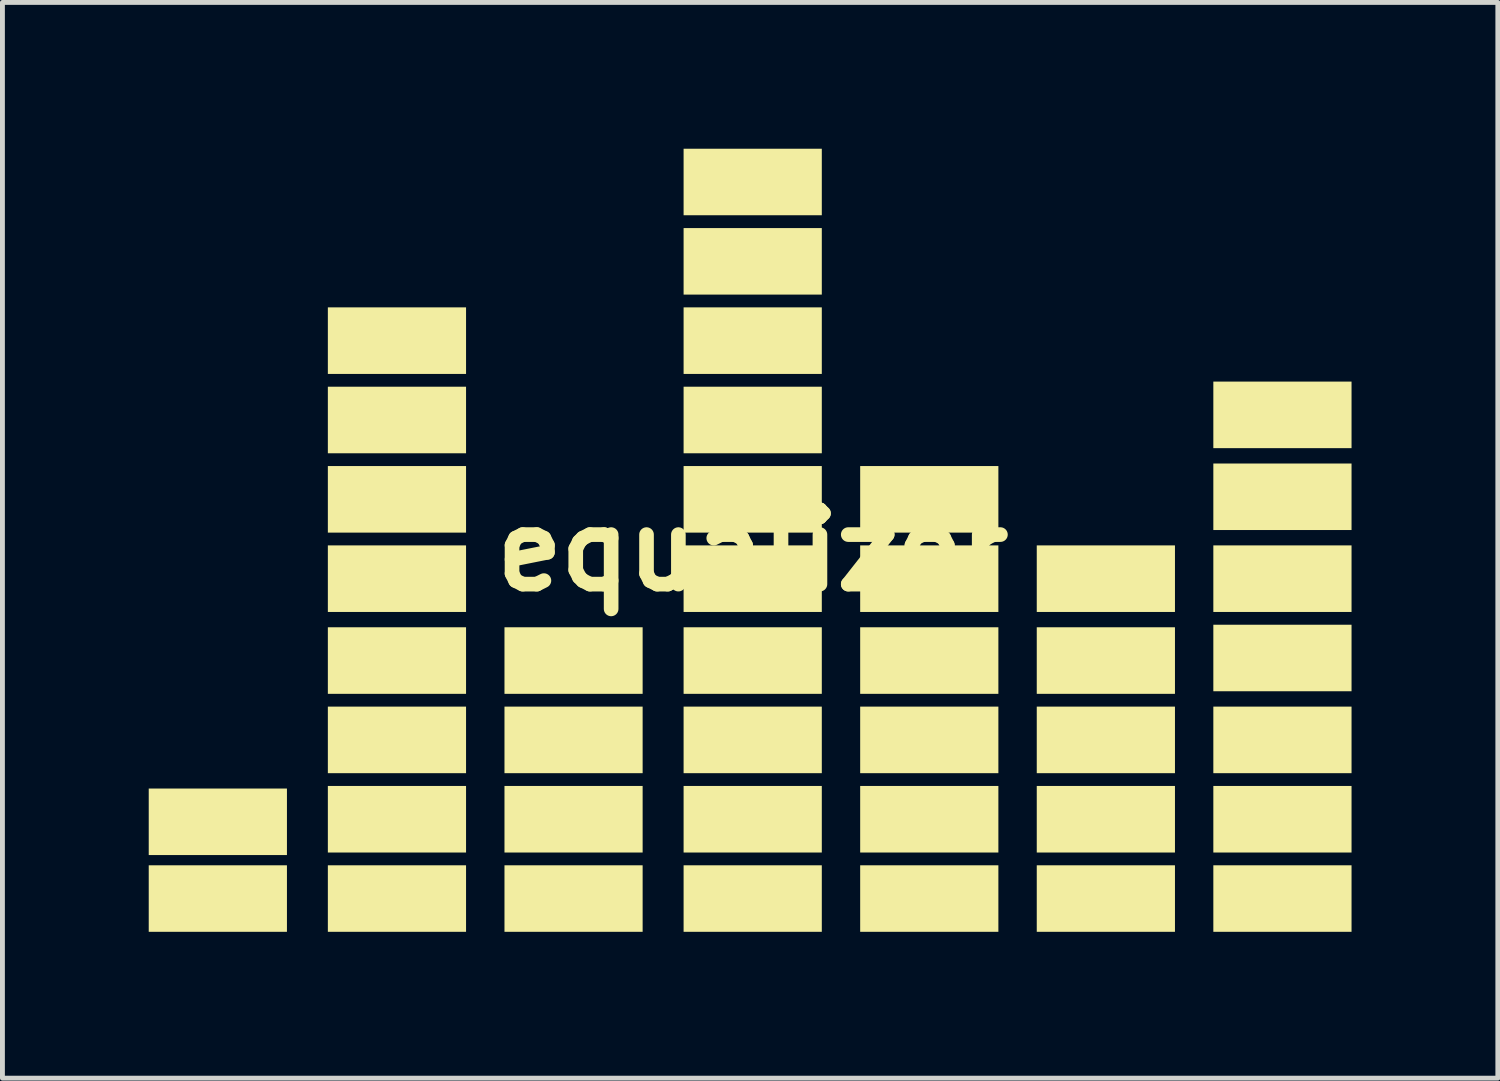
<source format=kicad_pcb>
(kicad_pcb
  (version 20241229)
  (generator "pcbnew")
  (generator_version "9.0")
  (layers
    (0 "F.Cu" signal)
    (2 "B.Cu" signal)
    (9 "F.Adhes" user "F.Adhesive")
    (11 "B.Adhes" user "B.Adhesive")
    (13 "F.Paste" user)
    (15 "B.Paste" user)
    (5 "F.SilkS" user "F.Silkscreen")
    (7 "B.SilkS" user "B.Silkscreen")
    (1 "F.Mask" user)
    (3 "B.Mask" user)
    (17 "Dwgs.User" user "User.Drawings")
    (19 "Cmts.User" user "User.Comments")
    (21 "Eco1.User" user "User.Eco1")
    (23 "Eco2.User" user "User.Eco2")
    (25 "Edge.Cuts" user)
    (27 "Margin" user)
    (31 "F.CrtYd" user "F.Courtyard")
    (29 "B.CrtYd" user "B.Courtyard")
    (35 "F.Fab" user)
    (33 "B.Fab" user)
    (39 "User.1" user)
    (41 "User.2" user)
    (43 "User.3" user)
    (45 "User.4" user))
  (footprint "equalizer"
    (layer "F.Cu")
    (at 12.385 8.239)
    (property "Reference" "equalizer" (at 0 0 0) (layer "F.SilkS") (effects (font (size 1.524 1.524) (thickness 0.3))))
    (attr board_only exclude_from_pos_files exclude_from_bom)
    (fp_poly (pts (xy -9.551 6.245) (xy -12.385 6.245) (xy -12.385 4.881) (xy -9.551 4.881)) (stroke (width 0) (type solid)) (fill yes) (layer "F.SilkS"))
    (fp_poly (pts (xy -9.551 7.819) (xy -12.385 7.819) (xy -12.385 6.455) (xy -9.551 6.455)) (stroke (width 0) (type solid)) (fill yes) (layer "F.SilkS"))
    (fp_poly (pts (xy -5.878 -3.621) (xy -8.712 -3.621) (xy -8.712 -4.986) (xy -5.878 -4.986)) (stroke (width 0) (type solid)) (fill yes) (layer "F.SilkS"))
    (fp_poly (pts (xy -5.878 -1.994) (xy -8.712 -1.994) (xy -8.712 -3.359) (xy -5.878 -3.359)) (stroke (width 0) (type solid)) (fill yes) (layer "F.SilkS"))
    (fp_poly (pts (xy -5.878 -0.367) (xy -8.712 -0.367) (xy -8.712 -1.732) (xy -5.878 -1.732)) (stroke (width 0) (type solid)) (fill yes) (layer "F.SilkS"))
    (fp_poly (pts (xy -5.878 1.26) (xy -8.712 1.26) (xy -8.712 -0.105) (xy -5.878 -0.105)) (stroke (width 0) (type solid)) (fill yes) (layer "F.SilkS"))
    (fp_poly (pts (xy -5.878 2.939) (xy -8.712 2.939) (xy -8.712 1.574) (xy -5.878 1.574)) (stroke (width 0) (type solid)) (fill yes) (layer "F.SilkS"))
    (fp_poly (pts (xy -5.878 4.566) (xy -8.712 4.566) (xy -8.712 3.201) (xy -5.878 3.201)) (stroke (width 0) (type solid)) (fill yes) (layer "F.SilkS"))
    (fp_poly (pts (xy -5.878 6.193) (xy -8.712 6.193) (xy -8.712 4.828) (xy -5.878 4.828)) (stroke (width 0) (type solid)) (fill yes) (layer "F.SilkS"))
    (fp_poly (pts (xy -5.878 7.819) (xy -8.712 7.819) (xy -8.712 6.455) (xy -5.878 6.455)) (stroke (width 0) (type solid)) (fill yes) (layer "F.SilkS"))
    (fp_poly (pts (xy -2.257 2.939) (xy -5.09 2.939) (xy -5.09 1.574) (xy -2.257 1.574)) (stroke (width 0) (type solid)) (fill yes) (layer "F.SilkS"))
    (fp_poly (pts (xy -2.257 4.566) (xy -5.09 4.566) (xy -5.09 3.201) (xy -2.257 3.201)) (stroke (width 0) (type solid)) (fill yes) (layer "F.SilkS"))
    (fp_poly (pts (xy -2.257 6.193) (xy -5.09 6.193) (xy -5.09 4.828) (xy -2.257 4.828)) (stroke (width 0) (type solid)) (fill yes) (layer "F.SilkS"))
    (fp_poly (pts (xy -2.257 7.819) (xy -5.09 7.819) (xy -5.09 6.455) (xy -2.257 6.455)) (stroke (width 0) (type solid)) (fill yes) (layer "F.SilkS"))
    (fp_poly (pts (xy 1.417 -6.875) (xy -1.417 -6.875) (xy -1.417 -8.239) (xy 1.417 -8.239)) (stroke (width 0) (type solid)) (fill yes) (layer "F.SilkS"))
    (fp_poly (pts (xy 1.417 -5.248) (xy -1.417 -5.248) (xy -1.417 -6.612) (xy 1.417 -6.612)) (stroke (width 0) (type solid)) (fill yes) (layer "F.SilkS"))
    (fp_poly (pts (xy 1.417 -3.621) (xy -1.417 -3.621) (xy -1.417 -4.986) (xy 1.417 -4.986)) (stroke (width 0) (type solid)) (fill yes) (layer "F.SilkS"))
    (fp_poly (pts (xy 1.417 -1.994) (xy -1.417 -1.994) (xy -1.417 -3.359) (xy 1.417 -3.359)) (stroke (width 0) (type solid)) (fill yes) (layer "F.SilkS"))
    (fp_poly (pts (xy 1.417 -0.367) (xy -1.417 -0.367) (xy -1.417 -1.732) (xy 1.417 -1.732)) (stroke (width 0) (type solid)) (fill yes) (layer "F.SilkS"))
    (fp_poly (pts (xy 1.417 1.26) (xy -1.417 1.26) (xy -1.417 -0.105) (xy 1.417 -0.105)) (stroke (width 0) (type solid)) (fill yes) (layer "F.SilkS"))
    (fp_poly (pts (xy 1.417 2.939) (xy -1.417 2.939) (xy -1.417 1.574) (xy 1.417 1.574)) (stroke (width 0) (type solid)) (fill yes) (layer "F.SilkS"))
    (fp_poly (pts (xy 1.417 4.566) (xy -1.417 4.566) (xy -1.417 3.201) (xy 1.417 3.201)) (stroke (width 0) (type solid)) (fill yes) (layer "F.SilkS"))
    (fp_poly (pts (xy 1.417 6.193) (xy -1.417 6.193) (xy -1.417 4.828) (xy 1.417 4.828)) (stroke (width 0) (type solid)) (fill yes) (layer "F.SilkS"))
    (fp_poly (pts (xy 1.417 7.819) (xy -1.417 7.819) (xy -1.417 6.455) (xy 1.417 6.455)) (stroke (width 0) (type solid)) (fill yes) (layer "F.SilkS"))
    (fp_poly (pts (xy 5.038 -0.367) (xy 2.204 -0.367) (xy 2.204 -1.732) (xy 5.038 -1.732)) (stroke (width 0) (type solid)) (fill yes) (layer "F.SilkS"))
    (fp_poly (pts (xy 5.038 1.26) (xy 2.204 1.26) (xy 2.204 -0.105) (xy 5.038 -0.105)) (stroke (width 0) (type solid)) (fill yes) (layer "F.SilkS"))
    (fp_poly (pts (xy 5.038 2.939) (xy 2.204 2.939) (xy 2.204 1.574) (xy 5.038 1.574)) (stroke (width 0) (type solid)) (fill yes) (layer "F.SilkS"))
    (fp_poly (pts (xy 5.038 4.566) (xy 2.204 4.566) (xy 2.204 3.201) (xy 5.038 3.201)) (stroke (width 0) (type solid)) (fill yes) (layer "F.SilkS"))
    (fp_poly (pts (xy 5.038 6.193) (xy 2.204 6.193) (xy 2.204 4.828) (xy 5.038 4.828)) (stroke (width 0) (type solid)) (fill yes) (layer "F.SilkS"))
    (fp_poly (pts (xy 5.038 7.819) (xy 2.204 7.819) (xy 2.204 6.455) (xy 5.038 6.455)) (stroke (width 0) (type solid)) (fill yes) (layer "F.SilkS"))
    (fp_poly (pts (xy 8.659 1.26) (xy 5.825 1.26) (xy 5.825 -0.105) (xy 8.659 -0.105)) (stroke (width 0) (type solid)) (fill yes) (layer "F.SilkS"))
    (fp_poly (pts (xy 8.659 2.939) (xy 5.825 2.939) (xy 5.825 1.574) (xy 8.659 1.574)) (stroke (width 0) (type solid)) (fill yes) (layer "F.SilkS"))
    (fp_poly (pts (xy 8.659 4.566) (xy 5.825 4.566) (xy 5.825 3.201) (xy 8.659 3.201)) (stroke (width 0) (type solid)) (fill yes) (layer "F.SilkS"))
    (fp_poly (pts (xy 8.659 6.193) (xy 5.825 6.193) (xy 5.825 4.828) (xy 8.659 4.828)) (stroke (width 0) (type solid)) (fill yes) (layer "F.SilkS"))
    (fp_poly (pts (xy 8.659 7.819) (xy 5.825 7.819) (xy 5.825 6.455) (xy 8.659 6.455)) (stroke (width 0) (type solid)) (fill yes) (layer "F.SilkS"))
    (fp_poly (pts (xy 12.28 -2.099) (xy 9.446 -2.099) (xy 9.446 -3.464) (xy 12.28 -3.464)) (stroke (width 0) (type solid)) (fill yes) (layer "F.SilkS"))
    (fp_poly (pts (xy 12.28 -0.42) (xy 9.446 -0.42) (xy 9.446 -1.784) (xy 12.28 -1.784)) (stroke (width 0) (type solid)) (fill yes) (layer "F.SilkS"))
    (fp_poly (pts (xy 12.28 1.26) (xy 9.446 1.26) (xy 9.446 -0.105) (xy 12.28 -0.105)) (stroke (width 0) (type solid)) (fill yes) (layer "F.SilkS"))
    (fp_poly (pts (xy 12.28 2.886) (xy 9.446 2.886) (xy 9.446 1.522) (xy 12.28 1.522)) (stroke (width 0) (type solid)) (fill yes) (layer "F.SilkS"))
    (fp_poly (pts (xy 12.28 4.566) (xy 9.446 4.566) (xy 9.446 3.201) (xy 12.28 3.201)) (stroke (width 0) (type solid)) (fill yes) (layer "F.SilkS"))
    (fp_poly (pts (xy 12.28 6.193) (xy 9.446 6.193) (xy 9.446 4.828) (xy 12.28 4.828)) (stroke (width 0) (type solid)) (fill yes) (layer "F.SilkS"))
    (fp_poly (pts (xy 12.28 7.819) (xy 9.446 7.819) (xy 9.446 6.455) (xy 12.28 6.455)) (stroke (width 0) (type solid)) (fill yes) (layer "F.SilkS")))
  (gr_rect
    (start -3 -3)
    (end 27.665 19.059)
    (stroke (width 0.1) (type default))
    (fill no)
    (layer "Edge.Cuts")))
</source>
